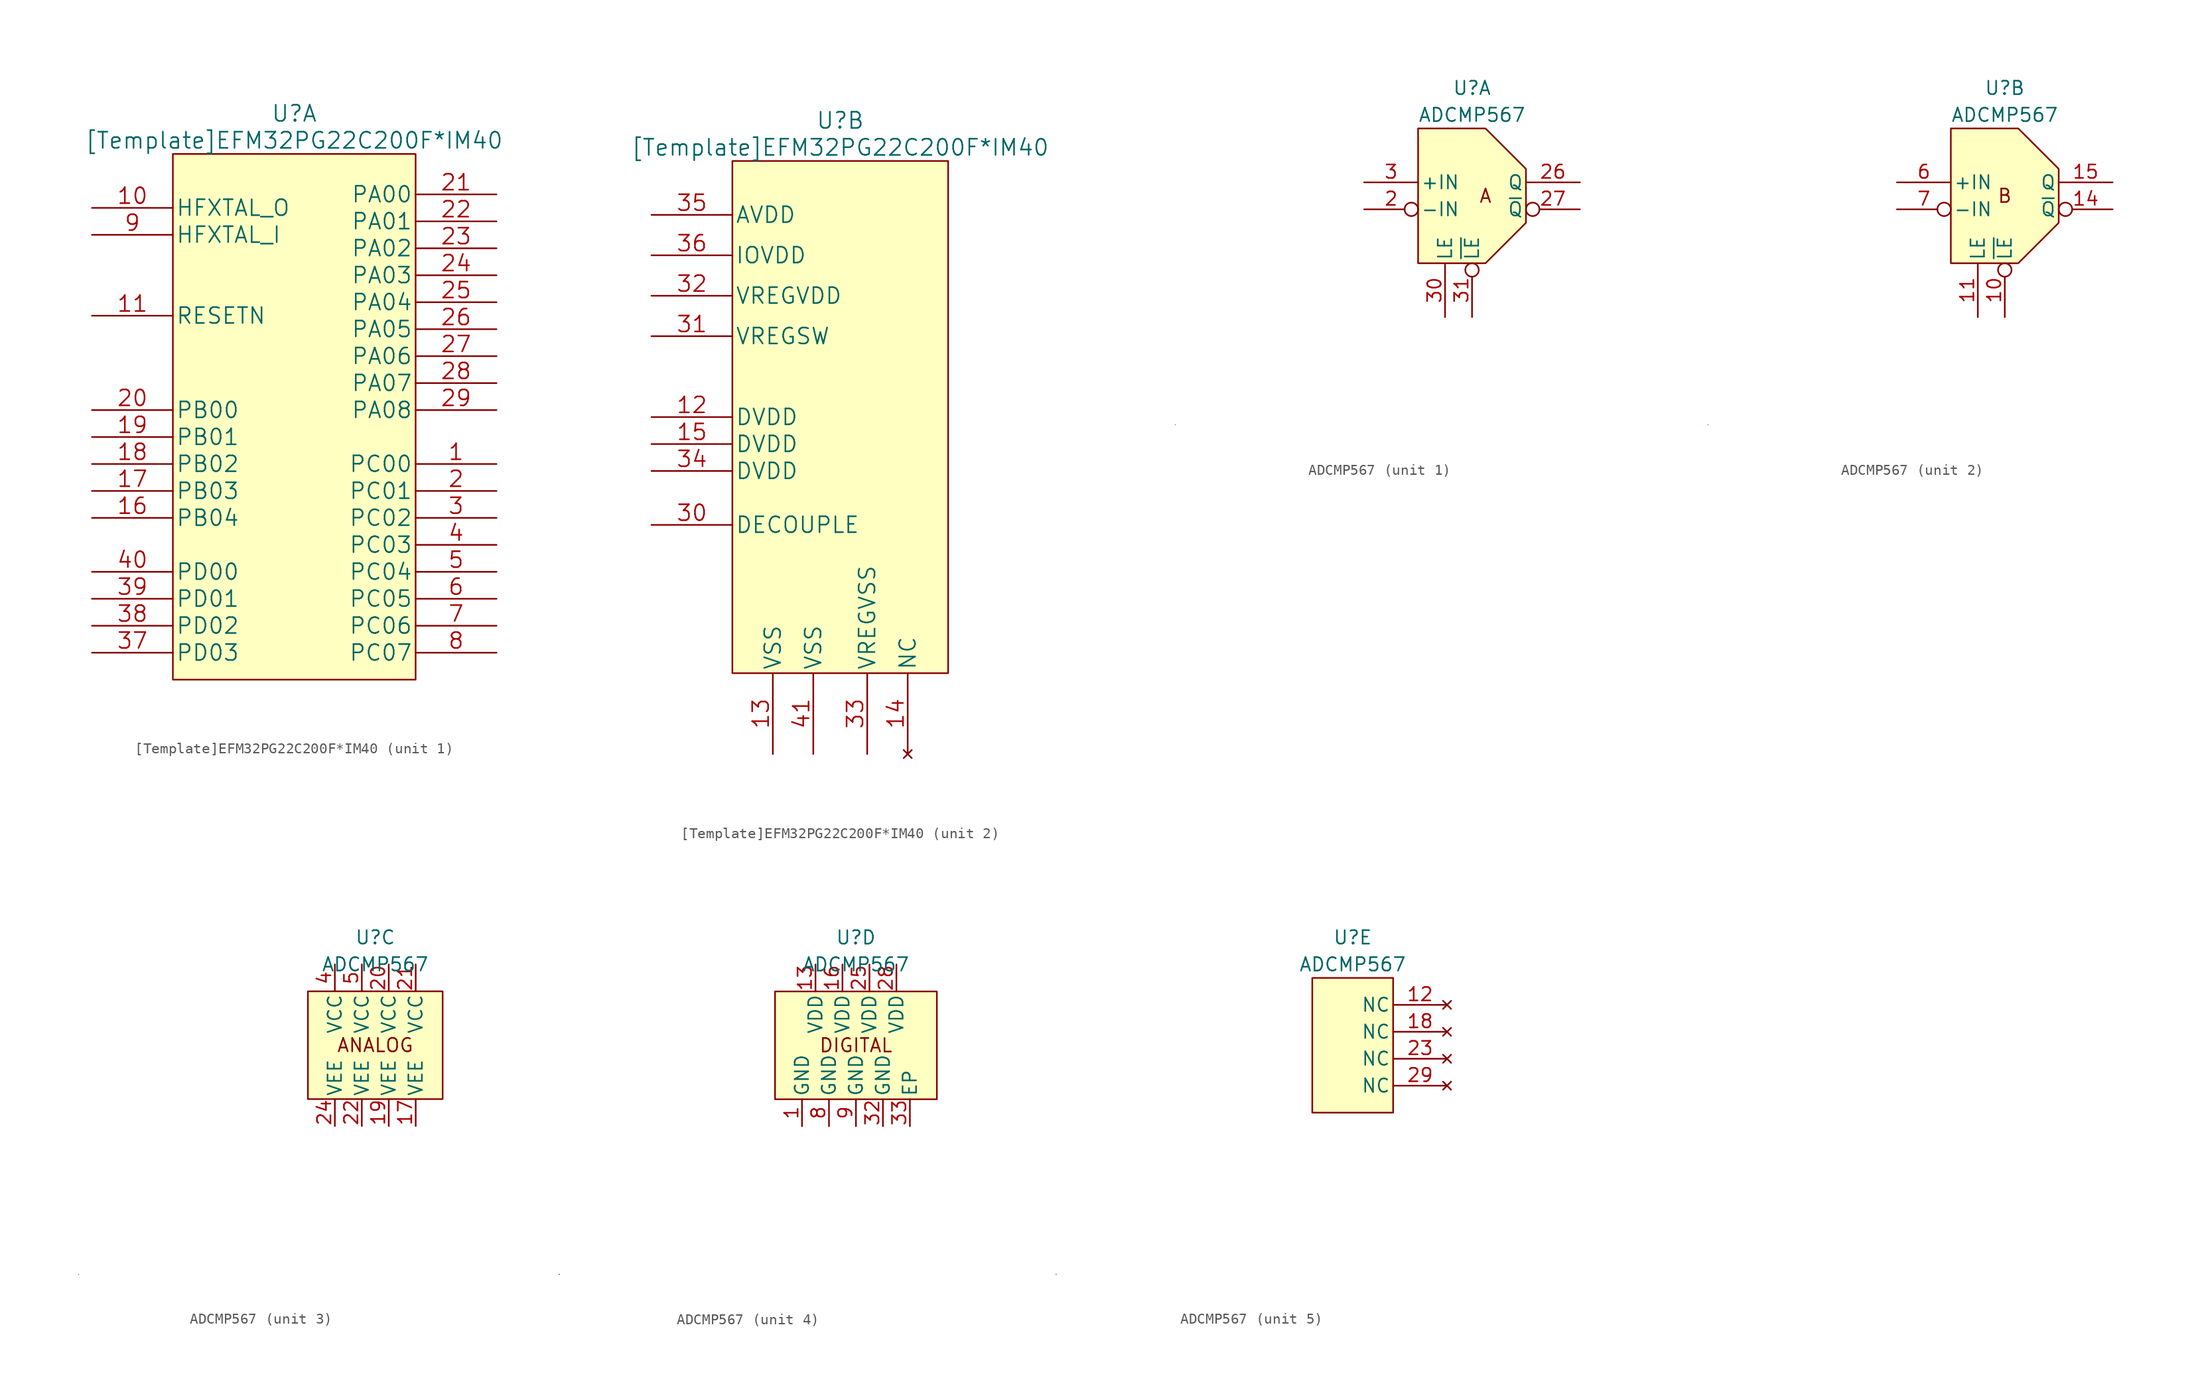
<source format=kicad_sym>
(kicad_symbol_lib
  (version 20220914)
  (generator kicad_symbol_editor)
  (symbol "[Template]EFM32PG22C200F*IM40"
    (pin_names
      (offset 0.254))
    (property "Reference" "U"
      (at 0 27.94 0)
      (effects (font (size 1.524 1.524))))
    (property "Value" "[Template]EFM32PG22C200F*IM40"
      (at 0 25.4 0)
      (effects (font (size 1.524 1.524))))
    (symbol "[Template]EFM32PG22C200F*IM40_1_1"
      (rectangle (start -11.43 24.13) (end 11.43 -25.4) (stroke (width 0.152) (type default)) (fill (type background)))
      (pin bidirectional line (at 19.05 -5.08 180) (length 7.62) (name "PC00" (effects (font (size 1.499 1.499)))) (number "1" (effects (font (size 1.499 1.499)))))
      (pin output line (at -19.05 19.05 0) (length 7.62) (name "HFXTAL_O" (effects (font (size 1.499 1.499)))) (number "10" (effects (font (size 1.499 1.499)))))
      (pin input line (at -19.05 8.89 0) (length 7.62) (name "RESETN" (effects (font (size 1.499 1.499)))) (number "11" (effects (font (size 1.499 1.499)))))
      (pin bidirectional line (at -19.05 -10.16 0) (length 7.62) (name "PB04" (effects (font (size 1.499 1.499)))) (number "16" (effects (font (size 1.499 1.499)))))
      (pin bidirectional line (at -19.05 -7.62 0) (length 7.62) (name "PB03" (effects (font (size 1.499 1.499)))) (number "17" (effects (font (size 1.499 1.499)))))
      (pin bidirectional line (at -19.05 -5.08 0) (length 7.62) (name "PB02" (effects (font (size 1.499 1.499)))) (number "18" (effects (font (size 1.499 1.499)))))
      (pin bidirectional line (at -19.05 -2.54 0) (length 7.62) (name "PB01" (effects (font (size 1.499 1.499)))) (number "19" (effects (font (size 1.499 1.499)))))
      (pin bidirectional line (at 19.05 -7.62 180) (length 7.62) (name "PC01" (effects (font (size 1.499 1.499)))) (number "2" (effects (font (size 1.499 1.499)))))
      (pin bidirectional line (at -19.05 0 0) (length 7.62) (name "PB00" (effects (font (size 1.499 1.499)))) (number "20" (effects (font (size 1.499 1.499)))))
      (pin bidirectional line (at 19.05 20.32 180) (length 7.62) (name "PA00" (effects (font (size 1.499 1.499)))) (number "21" (effects (font (size 1.499 1.499)))))
      (pin bidirectional line (at 19.05 17.78 180) (length 7.62) (name "PA01" (effects (font (size 1.499 1.499)))) (number "22" (effects (font (size 1.499 1.499)))))
      (pin bidirectional line (at 19.05 15.24 180) (length 7.62) (name "PA02" (effects (font (size 1.499 1.499)))) (number "23" (effects (font (size 1.499 1.499)))))
      (pin bidirectional line (at 19.05 12.7 180) (length 7.62) (name "PA03" (effects (font (size 1.499 1.499)))) (number "24" (effects (font (size 1.499 1.499)))))
      (pin bidirectional line (at 19.05 10.16 180) (length 7.62) (name "PA04" (effects (font (size 1.499 1.499)))) (number "25" (effects (font (size 1.499 1.499)))))
      (pin bidirectional line (at 19.05 7.62 180) (length 7.62) (name "PA05" (effects (font (size 1.499 1.499)))) (number "26" (effects (font (size 1.499 1.499)))))
      (pin bidirectional line (at 19.05 5.08 180) (length 7.62) (name "PA06" (effects (font (size 1.499 1.499)))) (number "27" (effects (font (size 1.499 1.499)))))
      (pin bidirectional line (at 19.05 2.54 180) (length 7.62) (name "PA07" (effects (font (size 1.499 1.499)))) (number "28" (effects (font (size 1.499 1.499)))))
      (pin bidirectional line (at 19.05 0 180) (length 7.62) (name "PA08" (effects (font (size 1.499 1.499)))) (number "29" (effects (font (size 1.499 1.499)))))
      (pin bidirectional line (at 19.05 -10.16 180) (length 7.62) (name "PC02" (effects (font (size 1.499 1.499)))) (number "3" (effects (font (size 1.499 1.499)))))
      (pin bidirectional line (at -19.05 -22.86 0) (length 7.62) (name "PD03" (effects (font (size 1.499 1.499)))) (number "37" (effects (font (size 1.499 1.499)))))
      (pin bidirectional line (at -19.05 -20.32 0) (length 7.62) (name "PD02" (effects (font (size 1.499 1.499)))) (number "38" (effects (font (size 1.499 1.499)))))
      (pin bidirectional line (at -19.05 -17.78 0) (length 7.62) (name "PD01" (effects (font (size 1.499 1.499)))) (number "39" (effects (font (size 1.499 1.499)))))
      (pin bidirectional line (at 19.05 -12.7 180) (length 7.62) (name "PC03" (effects (font (size 1.499 1.499)))) (number "4" (effects (font (size 1.499 1.499)))))
      (pin bidirectional line (at -19.05 -15.24 0) (length 7.62) (name "PD00" (effects (font (size 1.499 1.499)))) (number "40" (effects (font (size 1.499 1.499)))))
      (pin bidirectional line (at 19.05 -15.24 180) (length 7.62) (name "PC04" (effects (font (size 1.499 1.499)))) (number "5" (effects (font (size 1.499 1.499)))))
      (pin bidirectional line (at 19.05 -17.78 180) (length 7.62) (name "PC05" (effects (font (size 1.499 1.499)))) (number "6" (effects (font (size 1.499 1.499)))))
      (pin bidirectional line (at 19.05 -20.32 180) (length 7.62) (name "PC06" (effects (font (size 1.499 1.499)))) (number "7" (effects (font (size 1.499 1.499)))))
      (pin bidirectional line (at 19.05 -22.86 180) (length 7.62) (name "PC07" (effects (font (size 1.499 1.499)))) (number "8" (effects (font (size 1.499 1.499)))))
      (pin input line (at -19.05 16.51 0) (length 7.62) (name "HFXTAL_I" (effects (font (size 1.499 1.499)))) (number "9" (effects (font (size 1.499 1.499))))))
    (symbol "[Template]EFM32PG22C200F*IM40_2_1"
      (rectangle (start -10.16 24.13) (end 10.16 -24.13) (stroke (width 0.152) (type default)) (fill (type background)))
      (pin power_in line (at -17.78 0 0) (length 7.62) (name "DVDD" (effects (font (size 1.499 1.499)))) (number "12" (effects (font (size 1.499 1.499)))))
      (pin power_in line (at -6.35 -31.75 90) (length 7.62) (name "VSS" (effects (font (size 1.499 1.499)))) (number "13" (effects (font (size 1.499 1.499)))))
      (pin no_connect line (at 6.35 -31.75 90) (length 7.62) (name "NC" (effects (font (size 1.499 1.499)))) (number "14" (effects (font (size 1.499 1.499)))))
      (pin power_in line (at -17.78 -2.54 0) (length 7.62) (name "DVDD" (effects (font (size 1.499 1.499)))) (number "15" (effects (font (size 1.499 1.499)))))
      (pin power_out line (at -17.78 -10.16 0) (length 7.62) (name "DECOUPLE" (effects (font (size 1.499 1.499)))) (number "30" (effects (font (size 1.499 1.499)))))
      (pin power_out line (at -17.78 7.62 0) (length 7.62) (name "VREGSW" (effects (font (size 1.499 1.499)))) (number "31" (effects (font (size 1.499 1.499)))))
      (pin power_in line (at -17.78 11.43 0) (length 7.62) (name "VREGVDD" (effects (font (size 1.499 1.499)))) (number "32" (effects (font (size 1.499 1.499)))))
      (pin power_in line (at 2.54 -31.75 90) (length 7.62) (name "VREGVSS" (effects (font (size 1.499 1.499)))) (number "33" (effects (font (size 1.499 1.499)))))
      (pin power_in line (at -17.78 -5.08 0) (length 7.62) (name "DVDD" (effects (font (size 1.499 1.499)))) (number "34" (effects (font (size 1.499 1.499)))))
      (pin power_in line (at -17.78 19.05 0) (length 7.62) (name "AVDD" (effects (font (size 1.499 1.499)))) (number "35" (effects (font (size 1.499 1.499)))))
      (pin power_in line (at -17.78 15.24 0) (length 7.62) (name "IOVDD" (effects (font (size 1.499 1.499)))) (number "36" (effects (font (size 1.499 1.499)))))
      (pin power_in line (at -2.54 -31.75 90) (length 7.62) (name "VSS" (effects (font (size 1.499 1.499)))) (number "41" (effects (font (size 1.499 1.499)))))))
  (symbol "ADCMP567"
    (pin_names
      (offset 0.229))
    (property "Reference" "U"
      (at 0 10.16 0)
      (effects (font (size 1.27 1.27))))
    (property "Value" "ADCMP567"
      (at 0 7.62 0)
      (effects (font (size 1.27 1.27))))
    (property "ki_locked" ""
      (at 0 0 0)
      (effects (font (size 1.27 1.27))))
    (symbol "ADCMP567_0_0"
      (text "ANALOG" (at -27.94 -21.59 0) (effects (font (size 0 0)))))
    (symbol "ADCMP567_1_0"
      (text "A" (at 1.27 0 0) (effects (font (size 1.27 1.27)))))
    (symbol "ADCMP567_1_1"
      (polyline (pts (xy 5.08 2.54) (xy 1.27 6.35) (xy -5.08 6.35) (xy -5.08 -6.35) (xy 1.27 -6.35) (xy 5.08 -2.54) (xy 5.08 2.54)) (stroke (width 0) (type solid)) (fill (type background)))
      (pin input inverted (at -10.16 -1.27 0) (length 5.08) (name "-IN" (effects (font (size 1.27 1.27)))) (number "2" (effects (font (size 1.27 1.27)))))
      (pin open_emitter line (at 10.16 1.27 180) (length 5.08) (name "Q" (effects (font (size 1.27 1.27)))) (number "26" (effects (font (size 1.27 1.27)))))
      (pin open_emitter inverted (at 10.16 -1.27 180) (length 5.08) (name "~{Q}" (effects (font (size 1.27 1.27)))) (number "27" (effects (font (size 1.27 1.27)))))
      (pin input line (at -10.16 1.27 0) (length 5.08) (name "+IN" (effects (font (size 1.27 1.27)))) (number "3" (effects (font (size 1.27 1.27)))))
      (pin input line (at -2.54 -11.43 90) (length 5.08) (name "LE" (effects (font (size 1.27 1.27)))) (number "30" (effects (font (size 1.27 1.27)))))
      (pin input inverted (at 0 -11.43 90) (length 5.08) (name "~{LE}" (effects (font (size 1.27 1.27)))) (number "31" (effects (font (size 1.27 1.27))))))
    (symbol "ADCMP567_2_0"
      (text "B" (at 0 0 0) (effects (font (size 1.27 1.27)))))
    (symbol "ADCMP567_2_1"
      (polyline (pts (xy 5.08 2.54) (xy 1.27 6.35) (xy -5.08 6.35) (xy -5.08 -6.35) (xy 1.27 -6.35) (xy 5.08 -2.54) (xy 5.08 2.54)) (stroke (width 0) (type solid)) (fill (type background)))
      (pin input inverted (at 0 -11.43 90) (length 5.08) (name "~{LE}" (effects (font (size 1.27 1.27)))) (number "10" (effects (font (size 1.27 1.27)))))
      (pin input line (at -2.54 -11.43 90) (length 5.08) (name "LE" (effects (font (size 1.27 1.27)))) (number "11" (effects (font (size 1.27 1.27)))))
      (pin open_emitter inverted (at 10.16 -1.27 180) (length 5.08) (name "~{Q}" (effects (font (size 1.27 1.27)))) (number "14" (effects (font (size 1.27 1.27)))))
      (pin open_emitter line (at 10.16 1.27 180) (length 5.08) (name "Q" (effects (font (size 1.27 1.27)))) (number "15" (effects (font (size 1.27 1.27)))))
      (pin input line (at -10.16 1.27 0) (length 5.08) (name "+IN" (effects (font (size 1.27 1.27)))) (number "6" (effects (font (size 1.27 1.27)))))
      (pin input inverted (at -10.16 -1.27 0) (length 5.08) (name "-IN" (effects (font (size 1.27 1.27)))) (number "7" (effects (font (size 1.27 1.27))))))
    (symbol "ADCMP567_3_0"
      (rectangle (start -6.35 5.08) (end 6.35 -5.08) (stroke (width 0) (type solid)) (fill (type background)))
      (text "ANALOG" (at 0 0 0) (effects (font (size 1.27 1.27)))))
    (symbol "ADCMP567_3_1"
      (pin power_in line (at 3.81 -7.62 90) (length 2.54) (name "VEE" (effects (font (size 1.27 1.27)))) (number "17" (effects (font (size 1.27 1.27)))))
      (pin power_in line (at 1.27 -7.62 90) (length 2.54) (name "VEE" (effects (font (size 1.27 1.27)))) (number "19" (effects (font (size 1.27 1.27)))))
      (pin power_in line (at 1.27 7.62 270) (length 2.54) (name "VCC" (effects (font (size 1.27 1.27)))) (number "20" (effects (font (size 1.27 1.27)))))
      (pin power_in line (at 3.81 7.62 270) (length 2.54) (name "VCC" (effects (font (size 1.27 1.27)))) (number "21" (effects (font (size 1.27 1.27)))))
      (pin power_in line (at -1.27 -7.62 90) (length 2.54) (name "VEE" (effects (font (size 1.27 1.27)))) (number "22" (effects (font (size 1.27 1.27)))))
      (pin power_in line (at -3.81 -7.62 90) (length 2.54) (name "VEE" (effects (font (size 1.27 1.27)))) (number "24" (effects (font (size 1.27 1.27)))))
      (pin power_in line (at -3.81 7.62 270) (length 2.54) (name "VCC" (effects (font (size 1.27 1.27)))) (number "4" (effects (font (size 1.27 1.27)))))
      (pin power_in line (at -1.27 7.62 270) (length 2.54) (name "VCC" (effects (font (size 1.27 1.27)))) (number "5" (effects (font (size 1.27 1.27))))))
    (symbol "ADCMP567_4_0"
      (rectangle (start -7.62 5.08) (end 7.62 -5.08) (stroke (width 0) (type solid)) (fill (type background)))
      (text "DIGITAL" (at 0 0 0) (effects (font (size 1.27 1.27)))))
    (symbol "ADCMP567_4_1"
      (pin power_in line (at -5.08 -7.62 90) (length 2.54) (name "GND" (effects (font (size 1.27 1.27)))) (number "1" (effects (font (size 1.27 1.27)))))
      (pin power_in line (at -3.81 7.62 270) (length 2.54) (name "VDD" (effects (font (size 1.27 1.27)))) (number "13" (effects (font (size 1.27 1.27)))))
      (pin power_in line (at -1.27 7.62 270) (length 2.54) (name "VDD" (effects (font (size 1.27 1.27)))) (number "16" (effects (font (size 1.27 1.27)))))
      (pin power_in line (at 1.27 7.62 270) (length 2.54) (name "VDD" (effects (font (size 1.27 1.27)))) (number "25" (effects (font (size 1.27 1.27)))))
      (pin power_in line (at 3.81 7.62 270) (length 2.54) (name "VDD" (effects (font (size 1.27 1.27)))) (number "28" (effects (font (size 1.27 1.27)))))
      (pin power_in line (at 2.54 -7.62 90) (length 2.54) (name "GND" (effects (font (size 1.27 1.27)))) (number "32" (effects (font (size 1.27 1.27)))))
      (pin power_in line (at 5.08 -7.62 90) (length 2.54) (name "EP" (effects (font (size 1.27 1.27)))) (number "33" (effects (font (size 1.27 1.27)))))
      (pin power_in line (at -2.54 -7.62 90) (length 2.54) (name "GND" (effects (font (size 1.27 1.27)))) (number "8" (effects (font (size 1.27 1.27)))))
      (pin power_in line (at 0 -7.62 90) (length 2.54) (name "GND" (effects (font (size 1.27 1.27)))) (number "9" (effects (font (size 1.27 1.27))))))
    (symbol "ADCMP567_5_0"
      (rectangle (start -3.81 6.35) (end 3.81 -6.35) (stroke (width 0) (type solid)) (fill (type background))))
    (symbol "ADCMP567_5_1"
      (pin no_connect line (at 8.89 3.81 180) (length 5.08) (name "NC" (effects (font (size 1.27 1.27)))) (number "12" (effects (font (size 1.27 1.27)))))
      (pin no_connect line (at 8.89 1.27 180) (length 5.08) (name "NC" (effects (font (size 1.27 1.27)))) (number "18" (effects (font (size 1.27 1.27)))))
      (pin no_connect line (at 8.89 -1.27 180) (length 5.08) (name "NC" (effects (font (size 1.27 1.27)))) (number "23" (effects (font (size 1.27 1.27)))))
      (pin no_connect line (at 8.89 -3.81 180) (length 5.08) (name "NC" (effects (font (size 1.27 1.27)))) (number "29" (effects (font (size 1.27 1.27))))))))
</source>
